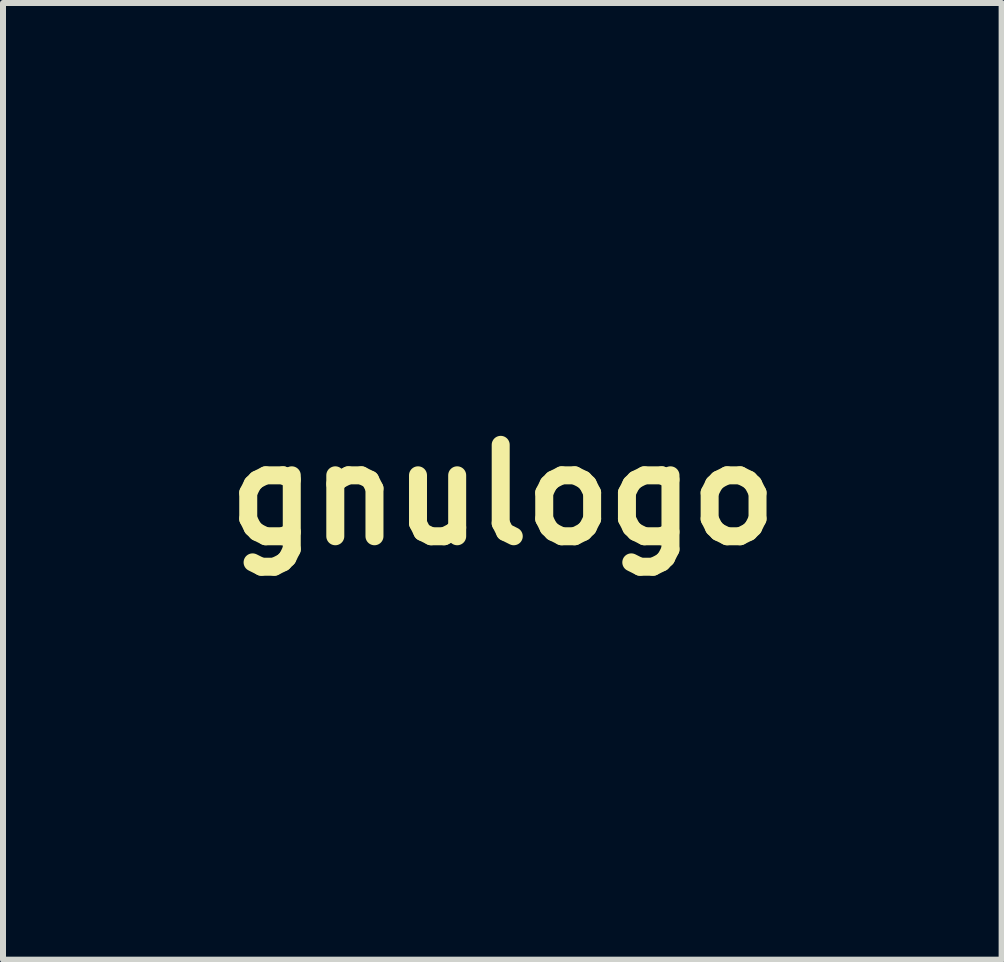
<source format=kicad_pcb>
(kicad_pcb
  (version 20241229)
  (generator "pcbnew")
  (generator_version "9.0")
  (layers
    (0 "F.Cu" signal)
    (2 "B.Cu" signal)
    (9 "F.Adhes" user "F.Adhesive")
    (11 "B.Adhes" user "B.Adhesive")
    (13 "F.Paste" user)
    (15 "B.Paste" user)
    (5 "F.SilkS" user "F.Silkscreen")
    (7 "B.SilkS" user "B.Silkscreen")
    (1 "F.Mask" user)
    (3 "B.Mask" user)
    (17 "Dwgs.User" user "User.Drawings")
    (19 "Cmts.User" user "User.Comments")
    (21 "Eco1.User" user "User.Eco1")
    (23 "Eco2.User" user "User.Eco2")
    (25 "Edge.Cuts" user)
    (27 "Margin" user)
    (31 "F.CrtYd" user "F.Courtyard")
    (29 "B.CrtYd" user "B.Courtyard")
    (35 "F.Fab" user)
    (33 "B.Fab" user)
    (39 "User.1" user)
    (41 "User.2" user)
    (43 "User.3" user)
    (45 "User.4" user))
  (footprint "gnulogo"
    (layer "F.Cu")
    (at 5.334 5.201)
    (property "Reference" "gnulogo" (at 0 0 0) (layer "F.SilkS") (effects (font (size 1.524 1.524) (thickness 0.3))))
    (attr through_hole)
    (fp_poly (pts (xy -3.747 0.455) (xy -3.757 0.466) (xy -3.768 0.455) (xy -3.757 0.445) (xy -3.747 0.455)) (stroke (width 0.01) (type solid)) (fill no) (layer "Eco2.User"))
    (fp_poly (pts (xy -3.535 -0.032) (xy -3.545 -0.021) (xy -3.556 -0.032) (xy -3.545 -0.042) (xy -3.535 -0.032)) (stroke (width 0.01) (type solid)) (fill no) (layer "Eco2.User"))
    (fp_poly (pts (xy 4.043 -2.275) (xy 4.032 -2.265) (xy 4.022 -2.275) (xy 4.032 -2.286) (xy 4.043 -2.275)) (stroke (width 0.01) (type solid)) (fill no) (layer "Eco2.User"))
    (fp_poly (pts (xy 1.657 -1.16) (xy 1.661 -1.145) (xy 1.655 -1.138) (xy 1.635 -1.099) (xy 1.616 -1.044) (xy 1.616 -1.043) (xy 1.598 -0.976) (xy 1.548 -1.051) (xy 1.519 -1.109) (xy 1.524 -1.144) (xy 1.566 -1.161) (xy 1.617 -1.164) (xy 1.657 -1.16)) (stroke (width 0.01) (type solid)) (fill no) (layer "Eco2.User"))
    (fp_poly (pts (xy 2.044 -0.694) (xy 2.058 -0.665) (xy 2.079 -0.604) (xy 2.104 -0.52) (xy 2.132 -0.422) (xy 2.159 -0.318) (xy 2.184 -0.219) (xy 2.204 -0.133) (xy 2.216 -0.069) (xy 2.218 -0.038) (xy 2.214 -0.004) (xy 2.207 0.007) (xy 2.192 -0.01) (xy 2.165 -0.058) (xy 2.141 -0.104) (xy 2.097 -0.185) (xy 2.04 -0.285) (xy 1.979 -0.386) (xy 1.956 -0.425) (xy 1.908 -0.503) (xy 1.87 -0.568) (xy 1.847 -0.61) (xy 1.841 -0.622) (xy 1.859 -0.633) (xy 1.874 -0.635) (xy 1.915 -0.644) (xy 1.969 -0.667) (xy 1.972 -0.668) (xy 2.017 -0.689) (xy 2.043 -0.694) (xy 2.044 -0.694)) (stroke (width 0.01) (type solid)) (fill no) (layer "Eco2.User"))
    (fp_poly (pts (xy 2.03 -2.437) (xy 2.089 -2.426) (xy 2.163 -2.409) (xy 2.314 -2.366) (xy 2.447 -2.306) (xy 2.569 -2.225) (xy 2.687 -2.119) (xy 2.806 -1.982) (xy 2.93 -1.814) (xy 2.998 -1.707) (xy 3.061 -1.594) (xy 3.114 -1.484) (xy 3.153 -1.386) (xy 3.173 -1.309) (xy 3.175 -1.286) (xy 3.187 -1.243) (xy 3.22 -1.173) (xy 3.269 -1.085) (xy 3.33 -0.987) (xy 3.397 -0.885) (xy 3.465 -0.787) (xy 3.53 -0.702) (xy 3.587 -0.636) (xy 3.606 -0.616) (xy 3.651 -0.561) (xy 3.683 -0.487) (xy 3.706 -0.385) (xy 3.714 -0.333) (xy 3.745 -0.227) (xy 3.803 -0.148) (xy 3.883 -0.101) (xy 3.918 -0.092) (xy 3.977 -0.078) (xy 3.997 -0.057) (xy 3.98 -0.023) (xy 3.957 0.001) (xy 3.916 0.036) (xy 3.866 0.059) (xy 3.801 0.074) (xy 3.711 0.082) (xy 3.588 0.085) (xy 3.57 0.085) (xy 3.463 0.084) (xy 3.386 0.08) (xy 3.327 0.07) (xy 3.274 0.054) (xy 3.214 0.028) (xy 3.201 0.022) (xy 3.117 -0.015) (xy 3.034 -0.047) (xy 2.979 -0.064) (xy 2.767 -0.139) (xy 2.566 -0.253) (xy 2.553 -0.262) (xy 2.468 -0.319) (xy 2.376 -0.376) (xy 2.312 -0.413) (xy 2.248 -0.45) (xy 2.207 -0.485) (xy 2.178 -0.531) (xy 2.15 -0.603) (xy 2.146 -0.614) (xy 2.097 -0.751) (xy 2.153 -0.809) (xy 2.187 -0.847) (xy 2.193 -0.864) (xy 2.173 -0.868) (xy 2.167 -0.868) (xy 2.124 -0.858) (xy 2.062 -0.835) (xy 2.02 -0.815) (xy 1.944 -0.781) (xy 1.87 -0.756) (xy 1.838 -0.749) (xy 1.783 -0.744) (xy 1.752 -0.759) (xy 1.738 -0.779) (xy 1.718 -0.825) (xy 1.726 -0.842) (xy 1.768 -0.838) (xy 1.776 -0.836) (xy 1.842 -0.837) (xy 1.91 -0.86) (xy 1.961 -0.898) (xy 1.977 -0.922) (xy 1.985 -0.965) (xy 1.99 -1.027) (xy 1.99 -1.039) (xy 1.995 -1.096) (xy 2.012 -1.118) (xy 2.046 -1.104) (xy 2.099 -1.058) (xy 2.143 -1.019) (xy 2.176 -0.997) (xy 2.183 -0.995) (xy 2.197 -1.012) (xy 2.198 -1.056) (xy 2.189 -1.114) (xy 2.172 -1.174) (xy 2.151 -1.223) (xy 2.128 -1.248) (xy 2.123 -1.25) (xy 2.094 -1.262) (xy 2.067 -1.28) (xy 2.045 -1.3) (xy 2.043 -1.322) (xy 2.064 -1.356) (xy 2.088 -1.389) (xy 2.119 -1.433) (xy 2.137 -1.474) (xy 2.145 -1.527) (xy 2.148 -1.604) (xy 2.148 -1.639) (xy 2.145 -1.752) (xy 2.135 -1.836) (xy 2.113 -1.903) (xy 2.074 -1.967) (xy 2.012 -2.039) (xy 1.989 -2.065) (xy 1.927 -2.134) (xy 1.889 -2.184) (xy 1.869 -2.226) (xy 1.863 -2.269) (xy 1.863 -2.286) (xy 1.868 -2.346) (xy 1.891 -2.384) (xy 1.927 -2.41) (xy 1.96 -2.429) (xy 1.991 -2.438) (xy 2.03 -2.437)) (stroke (width 0.01) (type solid)) (fill no) (layer "Eco2.User"))
    (fp_poly (pts (xy -2.661 -5.195) (xy -2.501 -5.192) (xy -2.368 -5.183) (xy -2.256 -5.169) (xy -2.158 -5.148) (xy -2.067 -5.119) (xy -1.976 -5.08) (xy -1.878 -5.029) (xy -1.808 -4.991) (xy -1.669 -4.913) (xy -1.561 -4.854) (xy -1.478 -4.811) (xy -1.415 -4.782) (xy -1.365 -4.764) (xy -1.322 -4.755) (xy -1.282 -4.752) (xy -1.27 -4.752) (xy -1.196 -4.756) (xy -1.131 -4.765) (xy -1.117 -4.768) (xy -1.071 -4.774) (xy -1.06 -4.756) (xy -1.084 -4.717) (xy -1.14 -4.657) (xy -1.241 -4.588) (xy -1.375 -4.54) (xy -1.537 -4.513) (xy -1.725 -4.508) (xy -1.933 -4.524) (xy -2.1 -4.551) (xy -2.386 -4.586) (xy -2.665 -4.581) (xy -2.941 -4.533) (xy -3.197 -4.451) (xy -3.416 -4.344) (xy -3.613 -4.202) (xy -3.787 -4.024) (xy -3.939 -3.81) (xy -4.069 -3.56) (xy -4.11 -3.461) (xy -4.138 -3.389) (xy -4.157 -3.327) (xy -4.169 -3.265) (xy -4.178 -3.191) (xy -4.183 -3.094) (xy -4.187 -2.991) (xy -4.188 -2.812) (xy -4.177 -2.666) (xy -4.153 -2.543) (xy -4.114 -2.435) (xy -4.056 -2.334) (xy -4.013 -2.272) (xy -3.89 -2.138) (xy -3.758 -2.044) (xy -3.619 -1.991) (xy -3.475 -1.98) (xy -3.327 -2.011) (xy -3.176 -2.082) (xy -3.025 -2.196) (xy -3.009 -2.21) (xy -2.971 -2.248) (xy -2.909 -2.314) (xy -2.829 -2.402) (xy -2.735 -2.506) (xy -2.632 -2.623) (xy -2.524 -2.747) (xy -2.51 -2.762) (xy -2.324 -2.976) (xy -2.162 -3.159) (xy -2.02 -3.314) (xy -1.895 -3.444) (xy -1.784 -3.551) (xy -1.684 -3.638) (xy -1.591 -3.706) (xy -1.502 -3.759) (xy -1.414 -3.799) (xy -1.324 -3.828) (xy -1.228 -3.849) (xy -1.123 -3.864) (xy -1.032 -3.874) (xy -0.798 -3.883) (xy -0.589 -3.864) (xy -0.395 -3.814) (xy -0.212 -3.731) (xy -0.031 -3.611) (xy 0.153 -3.453) (xy 0.159 -3.447) (xy 0.32 -3.294) (xy 0.435 -3.3) (xy 0.531 -3.294) (xy 0.611 -3.262) (xy 0.685 -3.198) (xy 0.743 -3.127) (xy 0.781 -3.066) (xy 0.799 -3.006) (xy 0.804 -2.927) (xy 0.804 -2.92) (xy 0.807 -2.832) (xy 0.818 -2.773) (xy 0.844 -2.73) (xy 0.891 -2.69) (xy 0.923 -2.668) (xy 0.983 -2.629) (xy 1.01 -2.618) (xy 1.005 -2.633) (xy 0.967 -2.675) (xy 0.943 -2.699) (xy 0.905 -2.74) (xy 0.884 -2.773) (xy 0.876 -2.815) (xy 0.878 -2.878) (xy 0.881 -2.915) (xy 0.881 -3.028) (xy 0.859 -3.123) (xy 0.81 -3.209) (xy 0.73 -3.292) (xy 0.616 -3.378) (xy 0.58 -3.402) (xy 0.555 -3.422) (xy 0.563 -3.426) (xy 0.598 -3.418) (xy 0.653 -3.398) (xy 0.722 -3.369) (xy 0.799 -3.334) (xy 0.851 -3.308) (xy 1.019 -3.21) (xy 1.151 -3.108) (xy 1.245 -3.003) (xy 1.299 -2.898) (xy 1.312 -2.813) (xy 1.295 -2.729) (xy 1.248 -2.639) (xy 1.179 -2.556) (xy 1.122 -2.508) (xy 1.02 -2.428) (xy 0.958 -2.354) (xy 0.936 -2.284) (xy 0.952 -2.216) (xy 1.007 -2.147) (xy 1.016 -2.138) (xy 1.079 -2.066) (xy 1.1 -2.001) (xy 1.081 -1.943) (xy 1.045 -1.906) (xy 0.999 -1.875) (xy 0.98 -1.876) (xy 0.987 -1.91) (xy 0.997 -1.932) (xy 1.011 -2.008) (xy 0.983 -2.08) (xy 0.915 -2.147) (xy 0.808 -2.21) (xy 0.673 -2.263) (xy 0.549 -2.313) (xy 0.441 -2.372) (xy 0.359 -2.436) (xy 0.327 -2.472) (xy 0.294 -2.542) (xy 0.267 -2.641) (xy 0.248 -2.758) (xy 0.237 -2.88) (xy 0.237 -2.995) (xy 0.249 -3.09) (xy 0.253 -3.109) (xy 0.265 -3.155) (xy 0.262 -3.167) (xy 0.239 -3.149) (xy 0.233 -3.143) (xy 0.214 -3.129) (xy 0.195 -3.126) (xy 0.169 -3.137) (xy 0.129 -3.168) (xy 0.071 -3.22) (xy 0.008 -3.279) (xy -0.11 -3.381) (xy -0.221 -3.464) (xy -0.312 -3.518) (xy -0.378 -3.548) (xy -0.437 -3.569) (xy -0.501 -3.582) (xy -0.582 -3.589) (xy -0.682 -3.594) (xy -0.83 -3.597) (xy -0.955 -3.589) (xy -1.07 -3.567) (xy -1.186 -3.529) (xy -1.319 -3.471) (xy -1.386 -3.438) (xy -1.509 -3.374) (xy -1.62 -3.306) (xy -1.726 -3.229) (xy -1.832 -3.139) (xy -1.945 -3.03) (xy -2.069 -2.897) (xy -2.212 -2.735) (xy -2.229 -2.715) (xy -2.378 -2.543) (xy -2.508 -2.401) (xy -2.623 -2.282) (xy -2.729 -2.183) (xy -2.832 -2.097) (xy -2.938 -2.021) (xy -3.052 -1.95) (xy -3.179 -1.877) (xy -3.186 -1.874) (xy -3.275 -1.819) (xy -3.365 -1.754) (xy -3.435 -1.695) (xy -3.537 -1.598) (xy -3.623 -1.69) (xy -3.709 -1.782) (xy -3.85 -1.775) (xy -3.99 -1.767) (xy -4.049 -2.05) (xy -4.167 -2.079) (xy -4.286 -2.109) (xy -4.281 -2.256) (xy -4.277 -2.337) (xy -4.271 -2.407) (xy -4.265 -2.448) (xy -4.267 -2.481) (xy -4.293 -2.514) (xy -4.349 -2.553) (xy -4.443 -2.613) (xy -4.375 -2.736) (xy -4.307 -2.859) (xy -4.376 -2.99) (xy -4.444 -3.121) (xy -4.36 -3.263) (xy -4.314 -3.344) (xy -4.288 -3.404) (xy -4.28 -3.457) (xy -4.287 -3.518) (xy -4.306 -3.593) (xy -4.335 -3.704) (xy -4.237 -3.783) (xy -4.183 -3.825) (xy -4.144 -3.856) (xy -4.131 -3.866) (xy -4.125 -3.888) (xy -4.118 -3.941) (xy -4.111 -4.014) (xy -4.11 -4.025) (xy -4.096 -4.18) (xy -3.95 -4.232) (xy -3.874 -4.259) (xy -3.827 -4.284) (xy -3.795 -4.316) (xy -3.766 -4.367) (xy -3.743 -4.417) (xy -3.683 -4.551) (xy -3.519 -4.551) (xy -3.355 -4.551) (xy -3.197 -4.746) (xy -2.967 -4.75) (xy -2.86 -4.754) (xy -2.785 -4.76) (xy -2.731 -4.77) (xy -2.688 -4.787) (xy -2.657 -4.805) (xy -2.576 -4.854) (xy -2.476 -4.798) (xy -2.376 -4.742) (xy -2.249 -4.797) (xy -2.121 -4.852) (xy -1.907 -4.776) (xy -1.82 -4.746) (xy -1.751 -4.723) (xy -1.706 -4.71) (xy -1.693 -4.708) (xy -1.709 -4.724) (xy -1.749 -4.76) (xy -1.808 -4.808) (xy -1.826 -4.822) (xy -1.898 -4.877) (xy -1.956 -4.911) (xy -2.017 -4.932) (xy -2.099 -4.948) (xy -2.127 -4.952) (xy -2.229 -4.969) (xy -2.333 -4.989) (xy -2.417 -5.008) (xy -2.419 -5.008) (xy -2.481 -5.023) (xy -2.531 -5.028) (xy -2.581 -5.023) (xy -2.647 -5.006) (xy -2.711 -4.987) (xy -2.796 -4.962) (xy -2.856 -4.948) (xy -2.907 -4.946) (xy -2.965 -4.953) (xy -3.036 -4.968) (xy -3.191 -5.002) (xy -3.334 -4.922) (xy -3.41 -4.881) (xy -3.465 -4.858) (xy -3.516 -4.849) (xy -3.581 -4.85) (xy -3.63 -4.853) (xy -3.783 -4.865) (xy -3.855 -4.74) (xy -3.894 -4.675) (xy -3.925 -4.636) (xy -3.959 -4.617) (xy -4.009 -4.607) (xy -4.043 -4.604) (xy -4.135 -4.592) (xy -4.197 -4.579) (xy -4.239 -4.556) (xy -4.274 -4.517) (xy -4.311 -4.456) (xy -4.318 -4.443) (xy -4.37 -4.362) (xy -4.422 -4.307) (xy -4.485 -4.266) (xy -4.49 -4.264) (xy -4.535 -4.24) (xy -4.566 -4.216) (xy -4.587 -4.185) (xy -4.601 -4.136) (xy -4.614 -4.062) (xy -4.626 -3.969) (xy -4.64 -3.897) (xy -4.668 -3.845) (xy -4.721 -3.791) (xy -4.725 -3.788) (xy -4.81 -3.712) (xy -4.775 -3.558) (xy -4.74 -3.403) (xy -4.799 -3.33) (xy -4.846 -3.271) (xy -4.889 -3.218) (xy -4.897 -3.207) (xy -4.917 -3.181) (xy -4.922 -3.157) (xy -4.91 -3.127) (xy -4.877 -3.079) (xy -4.845 -3.037) (xy -4.754 -2.916) (xy -4.848 -2.834) (xy -4.892 -2.797) (xy -4.917 -2.77) (xy -4.923 -2.748) (xy -4.905 -2.72) (xy -4.861 -2.681) (xy -4.789 -2.622) (xy -4.774 -2.61) (xy -4.691 -2.542) (xy -4.962 -2.293) (xy -4.819 -2.254) (xy -4.746 -2.233) (xy -4.691 -2.213) (xy -4.665 -2.198) (xy -4.665 -2.198) (xy -4.672 -2.174) (xy -4.7 -2.126) (xy -4.743 -2.065) (xy -4.751 -2.054) (xy -4.848 -1.928) (xy -4.721 -1.914) (xy -4.654 -1.905) (xy -4.607 -1.896) (xy -4.593 -1.89) (xy -4.603 -1.868) (xy -4.628 -1.819) (xy -4.664 -1.754) (xy -4.669 -1.744) (xy -4.745 -1.609) (xy -4.616 -1.609) (xy -4.546 -1.605) (xy -4.5 -1.597) (xy -4.487 -1.587) (xy -4.498 -1.558) (xy -4.526 -1.508) (xy -4.543 -1.481) (xy -4.574 -1.43) (xy -4.591 -1.396) (xy -4.591 -1.389) (xy -4.567 -1.387) (xy -4.514 -1.391) (xy -4.445 -1.398) (xy -4.374 -1.406) (xy -4.322 -1.41) (xy -4.302 -1.409) (xy -4.303 -1.387) (xy -4.313 -1.335) (xy -4.327 -1.269) (xy -4.342 -1.199) (xy -4.351 -1.148) (xy -4.352 -1.128) (xy -4.334 -1.136) (xy -4.292 -1.166) (xy -4.238 -1.207) (xy -4.131 -1.292) (xy -4.098 -1.144) (xy -4.081 -1.066) (xy -4.069 -1.002) (xy -4.064 -0.965) (xy -4.064 -0.964) (xy -4.053 -0.935) (xy -4.03 -0.938) (xy -4.015 -0.961) (xy -3.997 -0.996) (xy -3.965 -1.051) (xy -3.946 -1.081) (xy -3.914 -1.129) (xy -3.89 -1.148) (xy -3.871 -1.134) (xy -3.853 -1.085) (xy -3.832 -0.998) (xy -3.831 -0.995) (xy -3.815 -0.928) (xy -3.801 -0.879) (xy -3.795 -0.862) (xy -3.779 -0.869) (xy -3.743 -0.903) (xy -3.697 -0.956) (xy -3.691 -0.963) (xy -3.643 -1.02) (xy -3.604 -1.062) (xy -3.584 -1.079) (xy -3.584 -1.079) (xy -3.579 -1.06) (xy -3.578 -1.008) (xy -3.581 -0.935) (xy -3.583 -0.91) (xy -3.588 -0.832) (xy -3.59 -0.772) (xy -3.59 -0.743) (xy -3.589 -0.741) (xy -3.576 -0.757) (xy -3.545 -0.8) (xy -3.502 -0.862) (xy -3.483 -0.89) (xy -3.436 -0.956) (xy -3.399 -1.006) (xy -3.377 -1.031) (xy -3.374 -1.032) (xy -3.376 -1.01) (xy -3.386 -0.957) (xy -3.401 -0.883) (xy -3.419 -0.795) (xy -3.439 -0.706) (xy -3.458 -0.623) (xy -3.474 -0.557) (xy -3.484 -0.524) (xy -3.502 -0.498) (xy -3.54 -0.491) (xy -3.608 -0.5) (xy -3.609 -0.5) (xy -3.837 -0.554) (xy -4.031 -0.615) (xy -4.2 -0.689) (xy -4.351 -0.78) (xy -4.494 -0.892) (xy -4.635 -1.03) (xy -4.644 -1.039) (xy -4.846 -1.279) (xy -5.011 -1.532) (xy -5.142 -1.8) (xy -5.238 -2.087) (xy -5.3 -2.395) (xy -5.329 -2.726) (xy -5.328 -3.067) (xy -5.299 -3.342) (xy -5.235 -3.606) (xy -5.134 -3.864) (xy -4.993 -4.123) (xy -4.95 -4.191) (xy -4.814 -4.369) (xy -4.643 -4.544) (xy -4.448 -4.707) (xy -4.234 -4.855) (xy -4.012 -4.979) (xy -3.788 -5.075) (xy -3.725 -5.096) (xy -3.625 -5.127) (xy -3.538 -5.151) (xy -3.456 -5.169) (xy -3.372 -5.181) (xy -3.278 -5.189) (xy -3.165 -5.194) (xy -3.025 -5.196) (xy -2.857 -5.196) (xy -2.661 -5.195)) (stroke (width 0.01) (type solid)) (fill no) (layer "Eco2.User"))
    (fp_poly (pts (xy 3.08 -5.152) (xy 3.388 -5.137) (xy 3.664 -5.096) (xy 3.912 -5.028) (xy 4.133 -4.934) (xy 4.272 -4.853) (xy 4.415 -4.745) (xy 4.566 -4.608) (xy 4.717 -4.45) (xy 4.859 -4.28) (xy 4.984 -4.11) (xy 5.085 -3.946) (xy 5.107 -3.905) (xy 5.175 -3.742) (xy 5.234 -3.552) (xy 5.277 -3.35) (xy 5.293 -3.239) (xy 5.304 -3.105) (xy 5.309 -2.948) (xy 5.31 -2.778) (xy 5.305 -2.606) (xy 5.296 -2.443) (xy 5.283 -2.298) (xy 5.266 -2.182) (xy 5.261 -2.159) (xy 5.214 -2.005) (xy 5.143 -1.833) (xy 5.051 -1.651) (xy 4.946 -1.469) (xy 4.832 -1.298) (xy 4.715 -1.148) (xy 4.639 -1.063) (xy 4.48 -0.919) (xy 4.319 -0.809) (xy 4.143 -0.729) (xy 3.943 -0.67) (xy 3.928 -0.666) (xy 3.76 -0.629) (xy 3.723 -0.675) (xy 3.697 -0.726) (xy 3.669 -0.814) (xy 3.64 -0.937) (xy 3.611 -1.089) (xy 3.609 -1.101) (xy 3.604 -1.134) (xy 3.609 -1.143) (xy 3.626 -1.125) (xy 3.66 -1.077) (xy 3.691 -1.03) (xy 3.787 -0.885) (xy 3.793 -1.048) (xy 3.799 -1.212) (xy 3.883 -1.09) (xy 3.967 -0.968) (xy 4.001 -1.103) (xy 4.021 -1.177) (xy 4.037 -1.237) (xy 4.046 -1.268) (xy 4.059 -1.267) (xy 4.086 -1.234) (xy 4.117 -1.179) (xy 4.151 -1.12) (xy 4.177 -1.081) (xy 4.19 -1.072) (xy 4.2 -1.096) (xy 4.214 -1.151) (xy 4.23 -1.227) (xy 4.234 -1.245) (xy 4.266 -1.407) (xy 4.37 -1.312) (xy 4.473 -1.217) (xy 4.457 -1.291) (xy 4.443 -1.368) (xy 4.431 -1.441) (xy 4.419 -1.516) (xy 4.543 -1.502) (xy 4.611 -1.495) (xy 4.659 -1.492) (xy 4.674 -1.494) (xy 4.668 -1.513) (xy 4.643 -1.555) (xy 4.627 -1.58) (xy 4.594 -1.632) (xy 4.574 -1.669) (xy 4.572 -1.677) (xy 4.591 -1.686) (xy 4.641 -1.692) (xy 4.69 -1.693) (xy 4.753 -1.696) (xy 4.793 -1.702) (xy 4.801 -1.709) (xy 4.788 -1.735) (xy 4.762 -1.786) (xy 4.734 -1.839) (xy 4.7 -1.909) (xy 4.693 -1.952) (xy 4.716 -1.977) (xy 4.774 -1.993) (xy 4.809 -1.998) (xy 4.891 -2.012) (xy 4.805 -2.132) (xy 4.765 -2.193) (xy 4.74 -2.241) (xy 4.735 -2.266) (xy 4.736 -2.266) (xy 4.764 -2.28) (xy 4.818 -2.302) (xy 4.863 -2.317) (xy 4.975 -2.353) (xy 4.913 -2.431) (xy 4.865 -2.488) (xy 4.818 -2.539) (xy 4.805 -2.55) (xy 4.759 -2.592) (xy 4.872 -2.692) (xy 4.985 -2.792) (xy 4.905 -2.858) (xy 4.859 -2.9) (xy 4.83 -2.934) (xy 4.826 -2.945) (xy 4.837 -2.972) (xy 4.866 -3.022) (xy 4.899 -3.073) (xy 4.971 -3.181) (xy 4.8 -3.407) (xy 4.864 -3.693) (xy 4.785 -3.779) (xy 4.742 -3.83) (xy 4.716 -3.877) (xy 4.701 -3.934) (xy 4.69 -4.018) (xy 4.681 -4.097) (xy 4.671 -4.146) (xy 4.652 -4.177) (xy 4.618 -4.202) (xy 4.591 -4.218) (xy 4.521 -4.273) (xy 4.456 -4.358) (xy 4.433 -4.396) (xy 4.393 -4.465) (xy 4.362 -4.505) (xy 4.33 -4.526) (xy 4.284 -4.537) (xy 4.259 -4.54) (xy 4.193 -4.549) (xy 4.142 -4.556) (xy 4.128 -4.558) (xy 4.103 -4.577) (xy 4.065 -4.623) (xy 4.027 -4.681) (xy 3.956 -4.801) (xy 3.833 -4.789) (xy 3.765 -4.786) (xy 3.713 -4.791) (xy 3.659 -4.81) (xy 3.589 -4.846) (xy 3.57 -4.856) (xy 3.431 -4.935) (xy 3.305 -4.899) (xy 3.236 -4.881) (xy 3.187 -4.875) (xy 3.138 -4.88) (xy 3.074 -4.899) (xy 3.036 -4.911) (xy 2.894 -4.958) (xy 2.638 -4.91) (xy 2.523 -4.888) (xy 2.439 -4.867) (xy 2.373 -4.842) (xy 2.314 -4.808) (xy 2.25 -4.759) (xy 2.18 -4.7) (xy 2.106 -4.635) (xy 2.254 -4.691) (xy 2.336 -4.721) (xy 2.408 -4.748) (xy 2.457 -4.766) (xy 2.459 -4.766) (xy 2.501 -4.774) (xy 2.551 -4.764) (xy 2.62 -4.733) (xy 2.623 -4.732) (xy 2.731 -4.677) (xy 2.81 -4.73) (xy 2.867 -4.767) (xy 2.905 -4.78) (xy 2.941 -4.77) (xy 2.988 -4.739) (xy 3.026 -4.717) (xy 3.071 -4.703) (xy 3.136 -4.695) (xy 3.23 -4.691) (xy 3.253 -4.691) (xy 3.455 -4.687) (xy 3.52 -4.598) (xy 3.585 -4.508) (xy 3.872 -4.508) (xy 3.915 -4.408) (xy 3.95 -4.329) (xy 3.979 -4.278) (xy 4.011 -4.246) (xy 4.057 -4.221) (xy 4.106 -4.202) (xy 4.179 -4.169) (xy 4.223 -4.13) (xy 4.245 -4.075) (xy 4.253 -3.992) (xy 4.253 -3.97) (xy 4.257 -3.909) (xy 4.271 -3.865) (xy 4.303 -3.824) (xy 4.351 -3.779) (xy 4.448 -3.694) (xy 4.416 -3.558) (xy 4.384 -3.423) (xy 4.464 -3.282) (xy 4.545 -3.14) (xy 4.482 -3.017) (xy 4.42 -2.894) (xy 4.475 -2.794) (xy 4.506 -2.734) (xy 4.525 -2.688) (xy 4.53 -2.672) (xy 4.514 -2.648) (xy 4.473 -2.614) (xy 4.455 -2.601) (xy 4.413 -2.57) (xy 4.392 -2.542) (xy 4.387 -2.502) (xy 4.392 -2.434) (xy 4.401 -2.354) (xy 4.411 -2.28) (xy 4.415 -2.251) (xy 4.418 -2.212) (xy 4.408 -2.188) (xy 4.375 -2.17) (xy 4.311 -2.15) (xy 4.31 -2.15) (xy 4.196 -2.117) (xy 4.17 -1.982) (xy 4.145 -1.847) (xy 4.014 -1.856) (xy 3.884 -1.865) (xy 3.822 -1.779) (xy 3.784 -1.73) (xy 3.755 -1.699) (xy 3.746 -1.693) (xy 3.726 -1.708) (xy 3.69 -1.747) (xy 3.665 -1.777) (xy 3.588 -1.849) (xy 3.47 -1.926) (xy 3.408 -1.959) (xy 3.318 -2.008) (xy 3.242 -2.058) (xy 3.17 -2.117) (xy 3.089 -2.193) (xy 3.028 -2.257) (xy 2.945 -2.347) (xy 2.848 -2.46) (xy 2.746 -2.583) (xy 2.65 -2.703) (xy 2.616 -2.747) (xy 2.49 -2.909) (xy 2.379 -3.042) (xy 2.276 -3.15) (xy 2.175 -3.242) (xy 2.069 -3.324) (xy 1.959 -3.397) (xy 1.764 -3.502) (xy 1.578 -3.569) (xy 1.4 -3.595) (xy 1.225 -3.584) (xy 1.053 -3.534) (xy 0.93 -3.486) (xy 1.074 -3.39) (xy 1.188 -3.306) (xy 1.291 -3.216) (xy 1.377 -3.126) (xy 1.437 -3.044) (xy 1.461 -2.994) (xy 1.48 -2.878) (xy 1.467 -2.76) (xy 1.422 -2.656) (xy 1.403 -2.629) (xy 1.34 -2.551) (xy 1.511 -2.545) (xy 1.606 -2.54) (xy 1.668 -2.527) (xy 1.707 -2.499) (xy 1.732 -2.448) (xy 1.751 -2.366) (xy 1.76 -2.321) (xy 1.775 -2.246) (xy 1.793 -2.191) (xy 1.821 -2.142) (xy 1.866 -2.086) (xy 1.918 -2.029) (xy 1.991 -1.947) (xy 2.036 -1.882) (xy 2.059 -1.827) (xy 2.064 -1.807) (xy 2.076 -1.737) (xy 2.087 -1.674) (xy 2.088 -1.669) (xy 2.087 -1.589) (xy 2.065 -1.497) (xy 2.026 -1.414) (xy 2.009 -1.389) (xy 1.979 -1.358) (xy 1.944 -1.341) (xy 1.89 -1.334) (xy 1.835 -1.333) (xy 1.739 -1.325) (xy 1.638 -1.306) (xy 1.587 -1.292) (xy 1.522 -1.273) (xy 1.473 -1.265) (xy 1.454 -1.269) (xy 1.444 -1.304) (xy 1.45 -1.358) (xy 1.469 -1.416) (xy 1.496 -1.459) (xy 1.506 -1.467) (xy 1.538 -1.504) (xy 1.564 -1.56) (xy 1.567 -1.569) (xy 1.588 -1.623) (xy 1.621 -1.65) (xy 1.663 -1.66) (xy 1.758 -1.658) (xy 1.803 -1.642) (xy 1.846 -1.621) (xy 1.856 -1.621) (xy 1.838 -1.643) (xy 1.832 -1.65) (xy 1.788 -1.679) (xy 1.723 -1.701) (xy 1.701 -1.705) (xy 1.64 -1.72) (xy 1.613 -1.744) (xy 1.622 -1.781) (xy 1.664 -1.839) (xy 1.683 -1.86) (xy 1.725 -1.916) (xy 1.752 -1.967) (xy 1.757 -1.987) (xy 1.739 -2.032) (xy 1.691 -2.057) (xy 1.622 -2.059) (xy 1.572 -2.047) (xy 1.49 -1.998) (xy 1.423 -1.913) (xy 1.374 -1.796) (xy 1.343 -1.649) (xy 1.333 -1.487) (xy 1.338 -1.352) (xy 1.353 -1.244) (xy 1.384 -1.147) (xy 1.436 -1.05) (xy 1.512 -0.938) (xy 1.524 -0.921) (xy 1.649 -0.749) (xy 1.752 -0.599) (xy 1.839 -0.462) (xy 1.915 -0.33) (xy 1.986 -0.193) (xy 2.012 -0.141) (xy 2.091 0.015) (xy 2.164 0.136) (xy 2.235 0.229) (xy 2.309 0.301) (xy 2.384 0.352) (xy 2.443 0.384) (xy 2.488 0.396) (xy 2.54 0.393) (xy 2.589 0.382) (xy 2.663 0.366) (xy 2.728 0.351) (xy 2.752 0.346) (xy 2.821 0.352) (xy 2.888 0.391) (xy 2.945 0.455) (xy 2.978 0.53) (xy 3.002 0.702) (xy 2.991 0.885) (xy 2.982 0.936) (xy 2.968 0.988) (xy 2.949 1.034) (xy 2.916 1.08) (xy 2.866 1.137) (xy 2.79 1.213) (xy 2.786 1.217) (xy 2.592 1.381) (xy 2.372 1.515) (xy 2.155 1.61) (xy 2.043 1.652) (xy 2.2 1.64) (xy 2.283 1.633) (xy 2.355 1.625) (xy 2.4 1.618) (xy 2.402 1.618) (xy 2.442 1.62) (xy 2.474 1.657) (xy 2.478 1.664) (xy 2.511 1.707) (xy 2.566 1.76) (xy 2.619 1.803) (xy 2.681 1.852) (xy 2.715 1.889) (xy 2.729 1.926) (xy 2.731 1.957) (xy 2.719 2.021) (xy 2.677 2.067) (xy 2.672 2.07) (xy 2.61 2.107) (xy 2.539 2.131) (xy 2.45 2.145) (xy 2.336 2.149) (xy 2.189 2.145) (xy 2.182 2.145) (xy 2.077 2.141) (xy 1.993 2.14) (xy 1.92 2.144) (xy 1.845 2.154) (xy 1.757 2.171) (xy 1.643 2.197) (xy 1.598 2.208) (xy 1.476 2.236) (xy 1.357 2.26) (xy 1.252 2.28) (xy 1.174 2.293) (xy 1.154 2.296) (xy 1.052 2.298) (xy 0.929 2.289) (xy 0.802 2.27) (xy 0.685 2.245) (xy 0.592 2.215) (xy 0.579 2.209) (xy 0.486 2.147) (xy 0.385 2.048) (xy 0.277 1.912) (xy 0.188 1.779) (xy 0.068 1.589) (xy 0.098 1.446) (xy 0.122 1.355) (xy 0.155 1.264) (xy 0.181 1.208) (xy 0.233 1.111) (xy 0.171 1.179) (xy 0.126 1.245) (xy 0.086 1.334) (xy 0.073 1.375) (xy 0.052 1.441) (xy 0.034 1.487) (xy 0.024 1.503) (xy 0.008 1.485) (xy -0.02 1.44) (xy -0.052 1.382) (xy -0.127 1.259) (xy -0.203 1.169) (xy -0.279 1.116) (xy -0.341 1.102) (xy -0.387 1.104) (xy -0.394 1.109) (xy -0.366 1.122) (xy -0.36 1.124) (xy -0.315 1.147) (xy -0.273 1.181) (xy -0.23 1.231) (xy -0.182 1.304) (xy -0.126 1.403) (xy -0.057 1.535) (xy -0.05 1.551) (xy 0.053 1.741) (xy 0.155 1.911) (xy 0.253 2.055) (xy 0.345 2.169) (xy 0.427 2.248) (xy 0.431 2.251) (xy 0.565 2.328) (xy 0.728 2.381) (xy 0.915 2.407) (xy 1.119 2.408) (xy 1.335 2.382) (xy 1.433 2.362) (xy 1.632 2.324) (xy 1.809 2.308) (xy 1.856 2.308) (xy 1.953 2.31) (xy 2.056 2.316) (xy 2.155 2.324) (xy 2.242 2.334) (xy 2.307 2.345) (xy 2.34 2.355) (xy 2.342 2.356) (xy 2.348 2.38) (xy 2.356 2.435) (xy 2.364 2.509) (xy 2.364 2.513) (xy 2.367 2.625) (xy 2.355 2.719) (xy 2.34 2.77) (xy 2.318 2.83) (xy 2.298 2.871) (xy 2.29 2.881) (xy 2.265 2.882) (xy 2.205 2.883) (xy 2.117 2.885) (xy 2.01 2.887) (xy 1.926 2.888) (xy 1.703 2.896) (xy 1.488 2.913) (xy 1.268 2.941) (xy 1.03 2.982) (xy 0.895 3.009) (xy 0.785 3.034) (xy 0.7 3.058) (xy 0.645 3.079) (xy 0.622 3.096) (xy 0.634 3.107) (xy 0.68 3.111) (xy 0.743 3.122) (xy 0.823 3.15) (xy 0.875 3.175) (xy 0.953 3.214) (xy 1.008 3.233) (xy 1.058 3.231) (xy 1.116 3.209) (xy 1.164 3.186) (xy 1.294 3.142) (xy 1.425 3.14) (xy 1.482 3.152) (xy 1.514 3.165) (xy 1.528 3.19) (xy 1.529 3.239) (xy 1.528 3.266) (xy 1.528 3.328) (xy 1.541 3.383) (xy 1.572 3.447) (xy 1.596 3.487) (xy 1.644 3.574) (xy 1.667 3.646) (xy 1.672 3.704) (xy 1.67 3.754) (xy 1.658 3.793) (xy 1.63 3.833) (xy 1.58 3.885) (xy 1.55 3.913) (xy 1.49 3.97) (xy 1.453 4.001) (xy 1.434 4.008) (xy 1.426 3.995) (xy 1.422 3.972) (xy 1.412 3.928) (xy 1.394 3.921) (xy 1.364 3.952) (xy 1.342 3.985) (xy 1.293 4.042) (xy 1.236 4.088) (xy 1.232 4.091) (xy 1.167 4.128) (xy 1.208 4.012) (xy 1.242 3.871) (xy 1.241 3.741) (xy 1.228 3.683) (xy 1.217 3.655) (xy 1.211 3.661) (xy 1.209 3.705) (xy 1.209 3.713) (xy 1.187 3.824) (xy 1.135 3.933) (xy 1.059 4.024) (xy 1.041 4.04) (xy 0.982 4.08) (xy 0.902 4.128) (xy 0.818 4.174) (xy 0.813 4.176) (xy 0.68 4.256) (xy 0.588 4.342) (xy 0.537 4.434) (xy 0.527 4.53) (xy 0.559 4.63) (xy 0.572 4.652) (xy 0.599 4.699) (xy 0.613 4.728) (xy 0.614 4.731) (xy 0.601 4.743) (xy 0.565 4.725) (xy 0.512 4.681) (xy 0.49 4.659) (xy 0.416 4.558) (xy 0.373 4.434) (xy 0.362 4.298) (xy 0.365 4.267) (xy 0.369 4.214) (xy 0.36 4.182) (xy 0.33 4.158) (xy 0.274 4.131) (xy 0.203 4.091) (xy 0.123 4.035) (xy 0.066 3.988) (xy -0.023 3.887) (xy -0.072 3.783) (xy -0.079 3.678) (xy -0.044 3.573) (xy -0.017 3.529) (xy 0.011 3.488) (xy 0.015 3.473) (xy -0.005 3.477) (xy -0.012 3.48) (xy -0.1 3.505) (xy -0.181 3.509) (xy -0.242 3.491) (xy -0.253 3.483) (xy -0.273 3.459) (xy -0.284 3.426) (xy -0.286 3.374) (xy -0.282 3.291) (xy -0.281 3.284) (xy -0.27 3.122) (xy -0.341 3.198) (xy -0.405 3.256) (xy -0.478 3.307) (xy -0.499 3.318) (xy -0.572 3.361) (xy -0.618 3.407) (xy -0.64 3.464) (xy -0.641 3.542) (xy -0.628 3.646) (xy -0.622 3.705) (xy -0.625 3.741) (xy -0.63 3.747) (xy -0.661 3.732) (xy -0.709 3.695) (xy -0.762 3.646) (xy -0.811 3.595) (xy -0.843 3.552) (xy -0.848 3.541) (xy -0.855 3.5) (xy -0.842 3.448) (xy -0.811 3.38) (xy -0.763 3.254) (xy -0.754 3.14) (xy -0.785 3.035) (xy -0.813 2.988) (xy -0.888 2.901) (xy -0.978 2.841) (xy -1.094 2.803) (xy -1.129 2.796) (xy -1.258 2.761) (xy -1.353 2.709) (xy -1.411 2.645) (xy -1.433 2.569) (xy -1.415 2.486) (xy -1.364 2.408) (xy -1.329 2.347) (xy -1.313 2.279) (xy -1.318 2.218) (xy -1.339 2.186) (xy -1.375 2.17) (xy -1.435 2.156) (xy -1.456 2.153) (xy -1.54 2.135) (xy -1.588 2.102) (xy -1.608 2.049) (xy -1.609 2.028) (xy -1.628 1.957) (xy -1.677 1.895) (xy -1.746 1.853) (xy -1.806 1.841) (xy -1.859 1.836) (xy -1.896 1.815) (xy -1.92 1.771) (xy -1.935 1.7) (xy -1.943 1.593) (xy -1.944 1.575) (xy -1.952 1.377) (xy -2.024 1.335) (xy -2.057 1.314) (xy -2.079 1.294) (xy -2.092 1.265) (xy -2.1 1.219) (xy -2.103 1.147) (xy -2.104 1.048) (xy -2.109 0.954) (xy -0.762 0.954) (xy -0.76 1) (xy -0.747 1.014) (xy -0.713 1.004) (xy -0.711 1.003) (xy -0.683 0.974) (xy -0.677 0.95) (xy -0.665 0.921) (xy -0.622 0.897) (xy -0.58 0.884) (xy -0.524 0.868) (xy -0.506 0.857) (xy -0.519 0.848) (xy -0.532 0.844) (xy -0.631 0.828) (xy -0.703 0.843) (xy -0.748 0.887) (xy -0.762 0.954) (xy -2.109 0.954) (xy -2.11 0.937) (xy -2.121 0.814) (xy -2.135 0.715) (xy -2.152 0.6) (xy -2.154 0.514) (xy -2.148 0.493) (xy 0.174 0.493) (xy 0.192 0.622) (xy 0.243 0.741) (xy 0.279 0.792) (xy 0.325 0.845) (xy 0.349 0.866) (xy 0.354 0.855) (xy 0.35 0.841) (xy 0.34 0.802) (xy 0.331 0.765) (xy 0.635 0.765) (xy 0.652 0.833) (xy 0.678 0.875) (xy 0.732 0.92) (xy 0.794 0.943) (xy 0.856 0.943) (xy 0.908 0.924) (xy 0.94 0.886) (xy 0.943 0.832) (xy 0.941 0.795) (xy 0.967 0.784) (xy 0.981 0.783) (xy 1.049 0.802) (xy 1.125 0.852) (xy 1.202 0.926) (xy 1.273 1.016) (xy 1.329 1.115) (xy 1.359 1.191) (xy 1.379 1.249) (xy 1.391 1.266) (xy 1.395 1.243) (xy 1.391 1.181) (xy 1.388 1.159) (xy 1.352 1.013) (xy 1.286 0.878) (xy 1.198 0.763) (xy 1.093 0.677) (xy 1.048 0.653) (xy 0.946 0.62) (xy 0.85 0.612) (xy 0.765 0.626) (xy 0.697 0.658) (xy 0.652 0.706) (xy 0.635 0.765) (xy 0.331 0.765) (xy 0.329 0.754) (xy 0.323 0.712) (xy 0.337 0.701) (xy 0.368 0.706) (xy 0.401 0.711) (xy 0.419 0.695) (xy 0.43 0.65) (xy 0.434 0.63) (xy 0.445 0.565) (xy 0.455 0.515) (xy 0.457 0.506) (xy 0.488 0.466) (xy 0.547 0.438) (xy 0.62 0.425) (xy 0.694 0.429) (xy 0.744 0.446) (xy 0.773 0.459) (xy 0.773 0.444) (xy 0.763 0.425) (xy 0.716 0.372) (xy 0.642 0.344) (xy 0.572 0.339) (xy 0.472 0.351) (xy 0.394 0.393) (xy 0.345 0.442) (xy 0.298 0.497) (xy 0.297 0.426) (xy 0.315 0.358) (xy 0.364 0.287) (xy 0.434 0.224) (xy 0.515 0.18) (xy 0.54 0.172) (xy 0.623 0.157) (xy 0.728 0.15) (xy 0.838 0.15) (xy 0.937 0.158) (xy 0.993 0.169) (xy 1.044 0.19) (xy 1.115 0.23) (xy 1.194 0.279) (xy 1.215 0.293) (xy 1.298 0.348) (xy 1.382 0.4) (xy 1.451 0.439) (xy 1.46 0.445) (xy 1.521 0.479) (xy 1.601 0.531) (xy 1.686 0.591) (xy 1.721 0.617) (xy 1.802 0.676) (xy 1.861 0.713) (xy 1.908 0.732) (xy 1.952 0.739) (xy 1.975 0.739) (xy 2.028 0.737) (xy 2.041 0.732) (xy 2.012 0.722) (xy 1.966 0.711) (xy 1.925 0.692) (xy 1.865 0.651) (xy 1.796 0.597) (xy 1.779 0.581) (xy 1.697 0.513) (xy 1.609 0.444) (xy 1.531 0.389) (xy 1.527 0.387) (xy 1.449 0.336) (xy 1.355 0.274) (xy 1.265 0.214) (xy 1.256 0.208) (xy 1.091 0.115) (xy 0.927 0.062) (xy 0.754 0.045) (xy 0.688 0.047) (xy 0.546 0.069) (xy 0.418 0.114) (xy 0.313 0.177) (xy 0.243 0.251) (xy 0.191 0.366) (xy 0.174 0.493) (xy -2.148 0.493) (xy -2.136 0.445) (xy -2.094 0.38) (xy -2.024 0.308) (xy -1.983 0.27) (xy -1.897 0.185) (xy -1.807 0.084) (xy -1.73 -0.014) (xy -1.715 -0.035) (xy -1.665 -0.109) (xy -1.622 -0.17) (xy -1.594 -0.209) (xy -1.587 -0.219) (xy -1.573 -0.209) (xy -1.549 -0.167) (xy -1.521 -0.102) (xy -1.513 -0.081) (xy -1.484 -0.015) (xy -1.445 0.063) (xy -1.4 0.144) (xy -1.356 0.218) (xy -1.317 0.277) (xy -1.288 0.312) (xy -1.278 0.318) (xy -1.284 0.3) (xy -1.305 0.252) (xy -1.336 0.183) (xy -1.359 0.137) (xy -1.402 0.043) (xy -1.429 -0.031) (xy -1.444 -0.104) (xy -1.453 -0.193) (xy -1.456 -0.24) (xy -1.449 -0.491) (xy 0.156 -0.491) (xy 0.175 -0.493) (xy 0.191 -0.497) (xy 0.248 -0.524) (xy 0.282 -0.549) (xy 0.309 -0.594) (xy 0.327 -0.661) (xy 0.33 -0.68) (xy 0.339 -0.773) (xy 0.307 -0.688) (xy 0.269 -0.617) (xy 0.216 -0.552) (xy 0.206 -0.543) (xy 0.166 -0.506) (xy 0.156 -0.491) (xy -1.449 -0.491) (xy -1.449 -0.51) (xy -1.431 -0.644) (xy -1.413 -0.759) (xy -1.398 -0.883) (xy -1.388 -0.995) (xy -1.386 -1.024) (xy -1.382 -1.105) (xy -1.382 -1.118) (xy -0.803 -1.118) (xy -0.799 -1.064) (xy -0.788 -0.986) (xy -0.762 -0.928) (xy -0.718 -0.876) (xy -0.594 -0.777) (xy -0.442 -0.706) (xy -0.269 -0.666) (xy -0.153 -0.658) (xy -0.069 -0.662) (xy 0.009 -0.674) (xy 0.051 -0.686) (xy 0.111 -0.722) (xy 0.161 -0.771) (xy 0.188 -0.82) (xy 0.191 -0.835) (xy 0.181 -0.836) (xy 0.159 -0.812) (xy 0.093 -0.751) (xy 0.000024 -0.715) (xy -0.111 -0.7) (xy -0.232 -0.707) (xy -0.354 -0.734) (xy -0.47 -0.78) (xy -0.572 -0.843) (xy -0.65 -0.923) (xy -0.653 -0.927) (xy -0.699 -0.992) (xy -0.641 -1.032) (xy -0.578 -1.064) (xy -0.506 -1.085) (xy -0.503 -1.086) (xy -0.423 -1.098) (xy -0.423 -1.016) (xy -0.406 -0.926) (xy -0.372 -0.874) (xy -0.333 -0.837) (xy -0.289 -0.82) (xy -0.221 -0.815) (xy -0.215 -0.815) (xy -0.139 -0.821) (xy -0.085 -0.842) (xy -0.055 -0.866) (xy -0.047 -0.878) (xy 0.191 -0.878) (xy 0.201 -0.868) (xy 0.212 -0.878) (xy 0.201 -0.889) (xy 0.191 -0.878) (xy -0.047 -0.878) (xy -0.013 -0.931) (xy 0.001 -1.011) (xy -0.016 -1.087) (xy -0.031 -1.112) (xy -0.055 -1.15) (xy -0.063 -1.169) (xy -0.045 -1.18) (xy 0.001 -1.185) (xy 0.061 -1.184) (xy 0.122 -1.178) (xy 0.17 -1.168) (xy 0.188 -1.159) (xy 0.205 -1.146) (xy 0.202 -1.166) (xy 0.199 -1.175) (xy 0.173 -1.226) (xy 0.157 -1.249) (xy 0.139 -1.286) (xy 0.12 -1.35) (xy 0.109 -1.402) (xy 0.071 -1.542) (xy 0.017 -1.647) (xy -0.012 -1.681) (xy -0.064 -1.706) (xy -0.145 -1.714) (xy -0.247 -1.705) (xy -0.361 -1.68) (xy -0.478 -1.64) (xy -0.558 -1.605) (xy -0.619 -1.572) (xy -0.66 -1.546) (xy -0.672 -1.533) (xy -0.65 -1.536) (xy -0.599 -1.552) (xy -0.531 -1.578) (xy -0.528 -1.579) (xy -0.405 -1.618) (xy -0.271 -1.642) (xy -0.242 -1.645) (xy -0.16 -1.65) (xy -0.108 -1.647) (xy -0.074 -1.635) (xy -0.047 -1.614) (xy -0.019 -1.568) (xy 0.003 -1.501) (xy 0.015 -1.429) (xy 0.016 -1.366) (xy 0.002 -1.327) (xy 0.002 -1.327) (xy -0.029 -1.315) (xy -0.091 -1.306) (xy -0.172 -1.3) (xy -0.196 -1.299) (xy -0.32 -1.291) (xy -0.449 -1.276) (xy -0.573 -1.255) (xy -0.678 -1.23) (xy -0.748 -1.205) (xy -0.783 -1.185) (xy -0.8 -1.161) (xy -0.803 -1.118) (xy -1.382 -1.118) (xy -1.382 -1.148) (xy -1.385 -1.155) (xy -1.393 -1.131) (xy -1.4 -1.101) (xy -1.46 -0.864) (xy -1.52 -0.663) (xy -1.584 -0.49) (xy -1.655 -0.339) (xy -1.736 -0.201) (xy -1.832 -0.072) (xy -1.945 0.057) (xy -1.999 0.114) (xy -2.125 0.235) (xy -2.25 0.337) (xy -2.381 0.423) (xy -2.524 0.497) (xy -2.689 0.563) (xy -2.882 0.624) (xy -3.083 0.679) (xy -3.185 0.709) (xy -3.261 0.742) (xy -3.329 0.787) (xy -3.366 0.817) (xy -3.443 0.881) (xy -3.5 0.92) (xy -3.549 0.94) (xy -3.6 0.945) (xy -3.667 0.94) (xy -3.669 0.94) (xy -3.744 0.935) (xy -3.807 0.943) (xy -3.878 0.969) (xy -3.906 0.982) (xy -3.971 1.009) (xy -4.019 1.025) (xy -4.039 1.027) (xy -4.04 1.002) (xy -4.03 0.952) (xy -4.025 0.934) (xy -3.988 0.862) (xy -3.923 0.784) (xy -3.84 0.71) (xy -3.752 0.653) (xy -3.7 0.612) (xy -3.669 0.55) (xy -3.662 0.526) (xy -3.629 0.401) (xy -3.602 0.31) (xy -3.578 0.246) (xy -3.554 0.202) (xy -3.528 0.171) (xy -3.523 0.166) (xy -3.48 0.122) (xy -3.45 0.076) (xy -3.431 0.02) (xy -3.418 -0.057) (xy -3.409 -0.165) (xy -3.407 -0.191) (xy -3.399 -0.291) (xy -3.387 -0.379) (xy -3.368 -0.467) (xy -3.339 -0.568) (xy -3.298 -0.695) (xy -3.293 -0.709) (xy -3.196 -0.972) (xy -3.091 -1.216) (xy -3.027 -1.344) (xy -1.799 -1.344) (xy -1.789 -1.333) (xy -1.778 -1.344) (xy -1.786 -1.352) (xy -1.767 -1.352) (xy -1.683 -1.394) (xy -1.615 -1.436) (xy -1.545 -1.493) (xy -1.525 -1.513) (xy -0.72 -1.513) (xy -0.709 -1.503) (xy -0.699 -1.513) (xy -0.709 -1.524) (xy -0.72 -1.513) (xy -1.525 -1.513) (xy -1.524 -1.514) (xy -1.466 -1.567) (xy -1.406 -1.61) (xy -1.384 -1.621) (xy -1.331 -1.657) (xy -1.305 -1.714) (xy -1.304 -1.722) (xy -1.278 -1.798) (xy -1.236 -1.871) (xy -1.184 -1.93) (xy -1.132 -1.964) (xy -1.109 -1.968) (xy -1.054 -1.968) (xy -1.061 -1.801) (xy -1.068 -1.706) (xy -1.081 -1.643) (xy -1.101 -1.601) (xy -1.11 -1.589) (xy -1.152 -1.543) (xy -1.094 -1.565) (xy -0.987 -1.613) (xy -0.903 -1.672) (xy -0.833 -1.743) (xy -0.748 -1.867) (xy -0.691 -2.014) (xy -0.671 -2.135) (xy 0.04 -2.135) (xy 0.046 -2.078) (xy 0.065 -2.03) (xy 0.115 -1.992) (xy 0.132 -1.983) (xy 0.182 -1.954) (xy 0.209 -1.93) (xy 0.212 -1.924) (xy 0.23 -1.911) (xy 0.276 -1.905) (xy 0.282 -1.905) (xy 0.317 -1.903) (xy 0.344 -1.891) (xy 0.368 -1.863) (xy 0.397 -1.81) (xy 0.432 -1.736) (xy 0.473 -1.643) (xy 0.51 -1.55) (xy 0.536 -1.473) (xy 0.54 -1.46) (xy 0.558 -1.409) (xy 0.588 -1.343) (xy 0.625 -1.271) (xy 0.664 -1.203) (xy 0.699 -1.147) (xy 0.725 -1.114) (xy 0.735 -1.109) (xy 0.732 -1.131) (xy 0.716 -1.176) (xy 0.712 -1.187) (xy 0.69 -1.25) (xy 0.668 -1.332) (xy 0.657 -1.38) (xy 0.623 -1.487) (xy 0.572 -1.577) (xy 0.57 -1.579) (xy 0.518 -1.653) (xy 0.472 -1.74) (xy 0.426 -1.851) (xy 0.383 -1.972) (xy 0.337 -2.112) (xy 0.276 -2.089) (xy 0.223 -2.078) (xy 0.165 -2.088) (xy 0.128 -2.101) (xy 0.04 -2.135) (xy -0.671 -2.135) (xy -0.662 -2.189) (xy -0.649 -2.336) (xy -0.727 -2.25) (xy -0.806 -2.181) (xy -0.883 -2.149) (xy -0.943 -2.129) (xy -0.986 -2.098) (xy -0.99 -2.094) (xy -1.019 -2.068) (xy -1.068 -2.056) (xy -1.132 -2.053) (xy -1.196 -2.051) (xy -1.239 -2.04) (xy -1.277 -2.013) (xy -1.325 -1.961) (xy -1.332 -1.953) (xy -1.38 -1.888) (xy -1.417 -1.825) (xy -1.431 -1.789) (xy -1.462 -1.725) (xy -1.507 -1.683) (xy -1.565 -1.625) (xy -1.6 -1.556) (xy -1.636 -1.485) (xy -1.688 -1.421) (xy -1.698 -1.412) (xy -1.767 -1.352) (xy -1.786 -1.352) (xy -1.789 -1.355) (xy -1.799 -1.344) (xy -3.027 -1.344) (xy -2.981 -1.436) (xy -2.869 -1.627) (xy -2.756 -1.784) (xy -2.687 -1.861) (xy -2.612 -1.928) (xy -2.51 -2.005) (xy -2.391 -2.086) (xy -2.266 -2.162) (xy -2.147 -2.227) (xy -2.11 -2.245) (xy -1.977 -2.294) (xy -1.823 -2.325) (xy -1.786 -2.33) (xy -1.681 -2.346) (xy -1.555 -2.372) (xy -1.431 -2.403) (xy -1.376 -2.418) (xy -1.303 -2.44) (xy -1.242 -2.457) (xy -1.185 -2.469) (xy -1.125 -2.476) (xy -1.056 -2.481) (xy -0.97 -2.482) (xy -0.86 -2.48) (xy -0.72 -2.477) (xy -0.603 -2.473) (xy -0.514 -2.472) (xy -0.447 -2.475) (xy -0.388 -2.486) (xy -0.321 -2.509) (xy -0.233 -2.545) (xy -0.212 -2.554) (xy -0.115 -2.593) (xy -0.022 -2.625) (xy 0.055 -2.648) (xy 0.085 -2.654) (xy 0.18 -2.667) (xy 0.222 -2.535) (xy 0.252 -2.454) (xy 0.287 -2.398) (xy 0.339 -2.348) (xy 0.368 -2.326) (xy 0.448 -2.276) (xy 0.552 -2.227) (xy 0.643 -2.193) (xy 0.773 -2.148) (xy 0.865 -2.106) (xy 0.922 -2.065) (xy 0.949 -2.023) (xy 0.953 -2.002) (xy 0.934 -1.948) (xy 0.886 -1.905) (xy 0.824 -1.884) (xy 0.815 -1.883) (xy 0.789 -1.88) (xy 0.797 -1.869) (xy 0.826 -1.852) (xy 0.911 -1.823) (xy 0.998 -1.824) (xy 1.077 -1.853) (xy 1.137 -1.906) (xy 1.161 -1.957) (xy 1.174 -2.038) (xy 1.156 -2.097) (xy 1.105 -2.142) (xy 1.099 -2.146) (xy 1.034 -2.2) (xy 1.003 -2.26) (xy 1.005 -2.307) (xy 1.027 -2.339) (xy 1.074 -2.387) (xy 1.137 -2.442) (xy 1.158 -2.458) (xy 1.281 -2.566) (xy 1.366 -2.665) (xy 1.415 -2.758) (xy 1.431 -2.851) (xy 1.419 -2.937) (xy 1.375 -3.037) (xy 1.296 -3.142) (xy 1.19 -3.246) (xy 1.065 -3.343) (xy 0.928 -3.427) (xy 0.785 -3.493) (xy 0.726 -3.513) (xy 0.607 -3.55) (xy 0.732 -3.649) (xy 0.894 -3.761) (xy 1.052 -3.836) (xy 1.216 -3.876) (xy 1.395 -3.884) (xy 1.507 -3.875) (xy 1.648 -3.854) (xy 1.767 -3.823) (xy 1.885 -3.776) (xy 1.96 -3.74) (xy 2.046 -3.692) (xy 2.131 -3.631) (xy 2.22 -3.557) (xy 2.314 -3.463) (xy 2.418 -3.348) (xy 2.535 -3.208) (xy 2.667 -3.039) (xy 2.819 -2.838) (xy 2.821 -2.836) (xy 2.981 -2.629) (xy 3.129 -2.45) (xy 3.264 -2.302) (xy 3.384 -2.188) (xy 3.486 -2.107) (xy 3.542 -2.075) (xy 3.621 -2.044) (xy 3.693 -2.035) (xy 3.75 -2.039) (xy 3.89 -2.076) (xy 4.012 -2.151) (xy 4.116 -2.264) (xy 4.202 -2.415) (xy 4.246 -2.528) (xy 4.271 -2.603) (xy 4.287 -2.667) (xy 4.297 -2.733) (xy 4.302 -2.812) (xy 4.304 -2.915) (xy 4.304 -2.985) (xy 4.301 -3.125) (xy 4.294 -3.237) (xy 4.281 -3.332) (xy 4.261 -3.422) (xy 4.257 -3.44) (xy 4.172 -3.686) (xy 4.058 -3.901) (xy 3.914 -4.088) (xy 3.739 -4.248) (xy 3.531 -4.381) (xy 3.514 -4.39) (xy 3.328 -4.472) (xy 3.139 -4.521) (xy 2.941 -4.538) (xy 2.724 -4.523) (xy 2.572 -4.498) (xy 2.445 -4.479) (xy 2.294 -4.465) (xy 2.138 -4.458) (xy 2.117 -4.458) (xy 2.003 -4.458) (xy 1.921 -4.46) (xy 1.863 -4.467) (xy 1.818 -4.478) (xy 1.777 -4.496) (xy 1.764 -4.503) (xy 1.703 -4.542) (xy 1.647 -4.592) (xy 1.604 -4.64) (xy 1.588 -4.676) (xy 1.587 -4.676) (xy 1.606 -4.684) (xy 1.651 -4.683) (xy 1.66 -4.682) (xy 1.743 -4.69) (xy 1.853 -4.729) (xy 1.991 -4.8) (xy 2.116 -4.877) (xy 2.231 -4.949) (xy 2.326 -5.003) (xy 2.414 -5.045) (xy 2.51 -5.081) (xy 2.583 -5.104) (xy 2.648 -5.124) (xy 2.709 -5.137) (xy 2.775 -5.146) (xy 2.855 -5.15) (xy 2.959 -5.152) (xy 3.08 -5.152)) (stroke (width 0.01) (type solid)) (fill no) (layer "Eco2.User")))
  (gr_rect
    (start -3 -3)
    (end 13.649 12.949)
    (stroke (width 0.1) (type default))
    (fill no)
    (layer "Edge.Cuts")))
</source>
